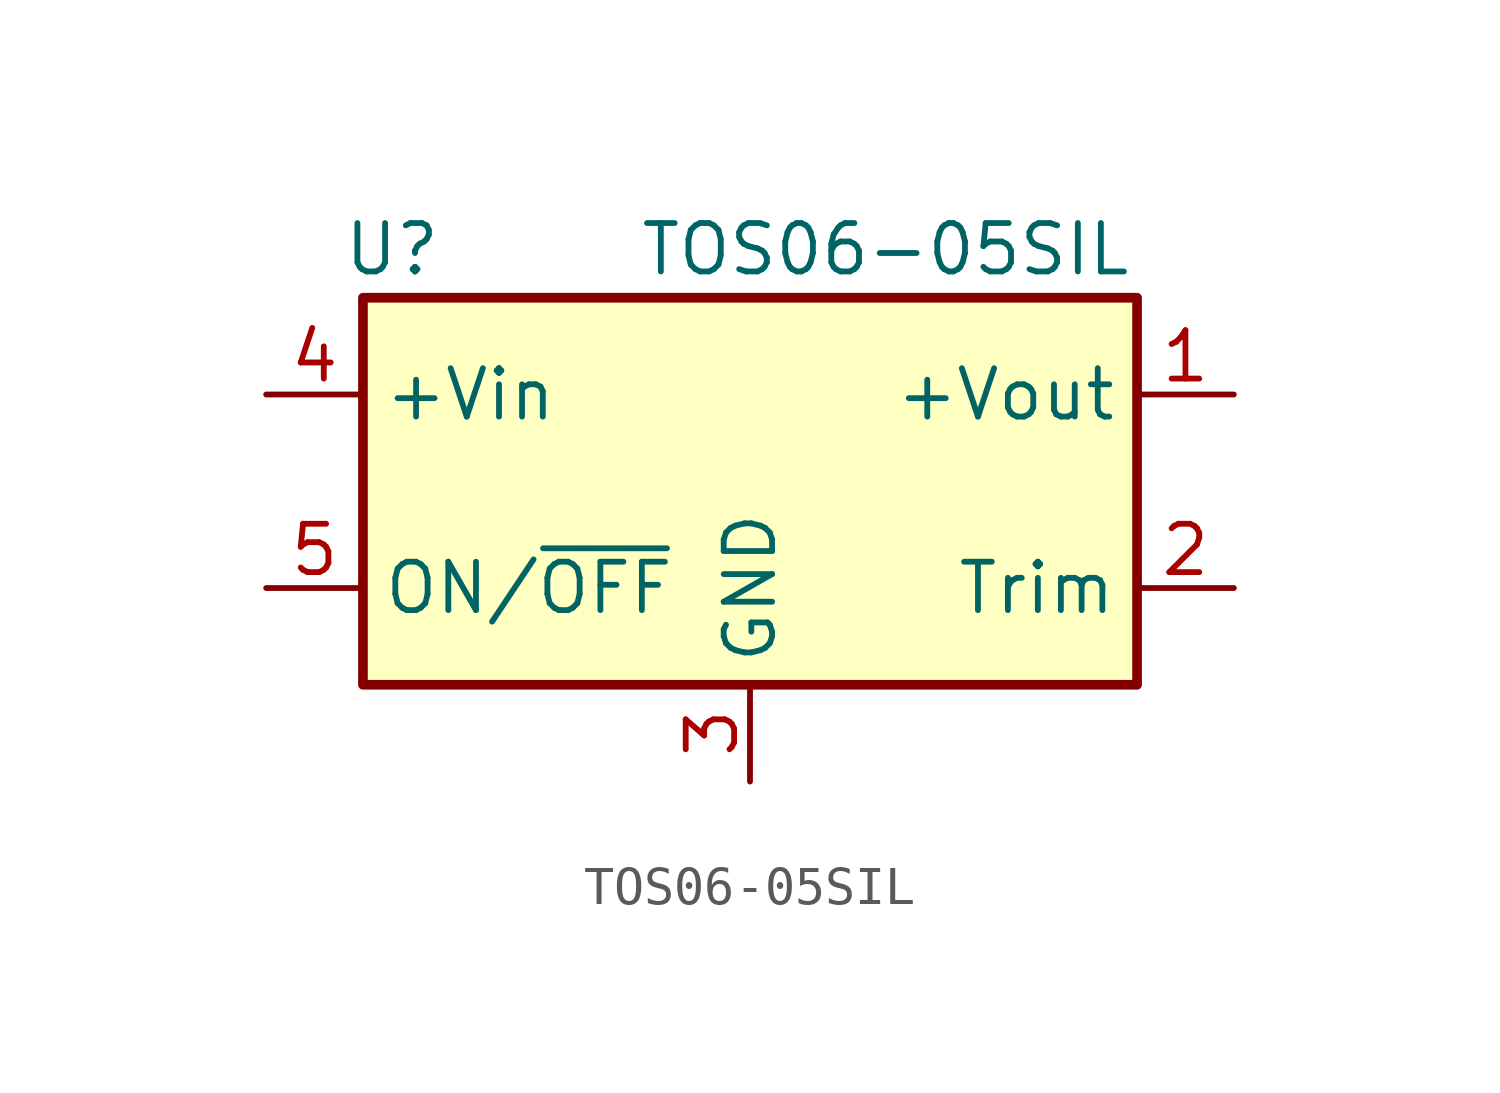
<source format=kicad_sym>
(kicad_symbol_lib
  (version 20241209)
  (generator "kicad_symbol_editor")
  (generator_version "9.0")
  (symbol "TOS06-05SIL"
    (property "Reference" "U"
      (at -9.398 6.35 0)
      (effects (font (size 1.27 1.27))))
    (property "Value" "TOS06-05SIL"
      (at 3.556 6.35 0)
      (effects (font (size 1.27 1.27))))
    (symbol "TOS06-05SIL_0_1"
      (rectangle (start -10.16 5.08) (end 10.16 -5.08) (stroke (width 0.254) (type default)) (fill (type background))))
    (symbol "TOS06-05SIL_1_1"
      (pin power_in line (at -12.7 2.54 0) (length 2.54) (name "+Vin" (effects (font (size 1.27 1.27)))) (number "4" (effects (font (size 1.27 1.27)))))
      (pin input line (at -12.7 -2.54 0) (length 2.54) (name "ON/~{OFF}" (effects (font (size 1.27 1.27)))) (number "5" (effects (font (size 1.27 1.27)))))
      (pin power_in line (at 0 -7.62 90) (length 2.54) (name "GND" (effects (font (size 1.27 1.27)))) (number "3" (effects (font (size 1.27 1.27)))))
      (pin power_out line (at 12.7 2.54 180) (length 2.54) (name "+Vout" (effects (font (size 1.27 1.27)))) (number "1" (effects (font (size 1.27 1.27)))))
      (pin input line (at 12.7 -2.54 180) (length 2.54) (name "Trim" (effects (font (size 1.27 1.27)))) (number "2" (effects (font (size 1.27 1.27))))))))
</source>
